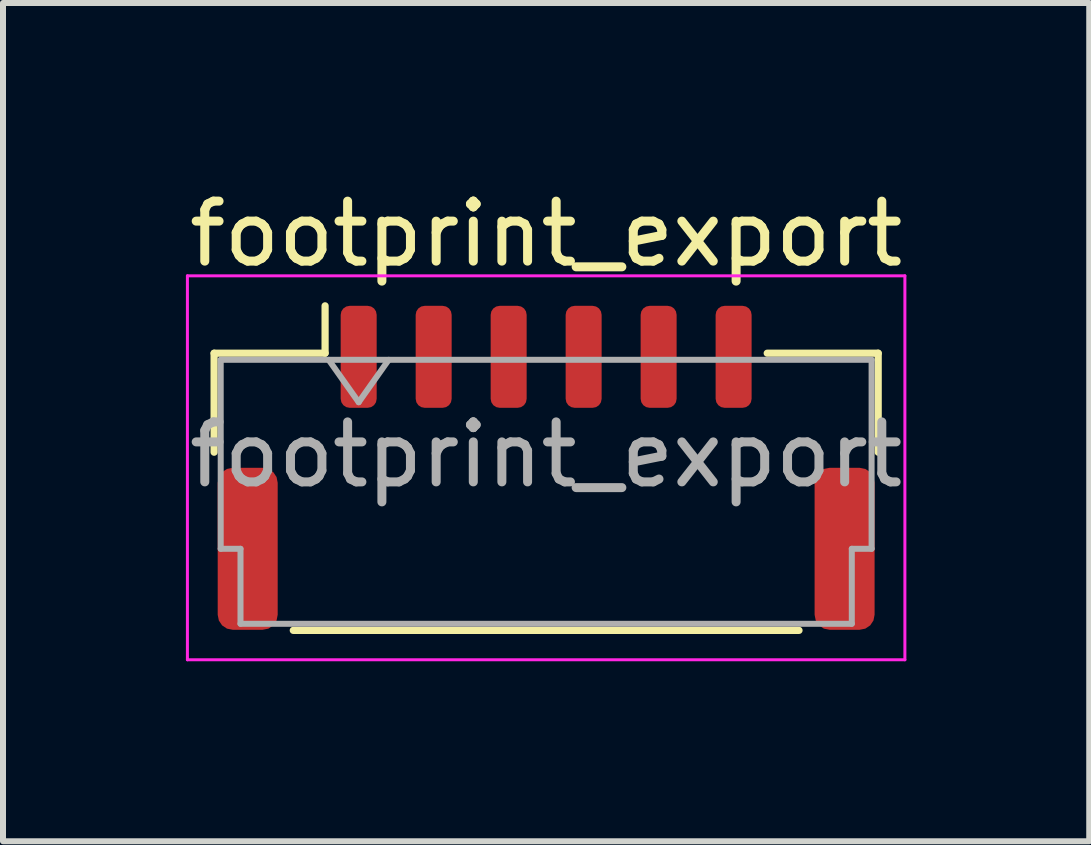
<source format=kicad_pcb>
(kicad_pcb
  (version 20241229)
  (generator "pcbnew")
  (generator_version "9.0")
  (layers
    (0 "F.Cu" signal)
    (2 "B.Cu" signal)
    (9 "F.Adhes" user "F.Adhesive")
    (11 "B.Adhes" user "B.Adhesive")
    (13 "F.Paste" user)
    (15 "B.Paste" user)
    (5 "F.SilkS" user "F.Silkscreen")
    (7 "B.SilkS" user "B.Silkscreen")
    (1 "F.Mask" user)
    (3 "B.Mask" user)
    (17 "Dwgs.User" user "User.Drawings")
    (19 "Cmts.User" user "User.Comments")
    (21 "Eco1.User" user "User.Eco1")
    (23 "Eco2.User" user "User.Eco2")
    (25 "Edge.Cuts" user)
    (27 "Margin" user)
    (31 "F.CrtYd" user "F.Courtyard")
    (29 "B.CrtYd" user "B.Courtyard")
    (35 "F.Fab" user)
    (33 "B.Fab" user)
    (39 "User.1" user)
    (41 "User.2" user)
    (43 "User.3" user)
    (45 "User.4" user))
  (footprint "footprint_export"
    (layer "F.Cu")
    (at 6.054 4.748)
    (property "Reference" "footprint_export" (at 0 -3.9 0) (layer "F.SilkS") (effects (font (size 1 1) (thickness 0.15))))
    (attr smd)
    (fp_line (start -5.535 -1.91) (end -3.685 -1.91) (stroke (width 0.12) (type solid)) (layer "F.SilkS"))
    (fp_line (start -5.535 -0.26) (end -5.535 -1.91) (stroke (width 0.12) (type solid)) (layer "F.SilkS"))
    (fp_line (start -4.215 2.71) (end 4.215 2.71) (stroke (width 0.12) (type solid)) (layer "F.SilkS"))
    (fp_line (start -3.685 -1.91) (end -3.685 -2.7) (stroke (width 0.12) (type solid)) (layer "F.SilkS"))
    (fp_line (start 5.535 -1.91) (end 3.685 -1.91) (stroke (width 0.12) (type solid)) (layer "F.SilkS"))
    (fp_line (start 5.535 -0.26) (end 5.535 -1.91) (stroke (width 0.12) (type solid)) (layer "F.SilkS"))
    (fp_line (start -5.98 -3.2) (end -5.98 3.2) (stroke (width 0.05) (type solid)) (layer "F.CrtYd"))
    (fp_line (start -5.98 3.2) (end 5.98 3.2) (stroke (width 0.05) (type solid)) (layer "F.CrtYd"))
    (fp_line (start 5.98 -3.2) (end -5.98 -3.2) (stroke (width 0.05) (type solid)) (layer "F.CrtYd"))
    (fp_line (start 5.98 3.2) (end 5.98 -3.2) (stroke (width 0.05) (type solid)) (layer "F.CrtYd"))
    (fp_line (start -5.425 -1.8) (end -5.425 1.35) (stroke (width 0.1) (type solid)) (layer "F.Fab"))
    (fp_line (start -5.425 -1.8) (end 5.425 -1.8) (stroke (width 0.1) (type solid)) (layer "F.Fab"))
    (fp_line (start -5.425 1.35) (end -5.095 1.35) (stroke (width 0.1) (type solid)) (layer "F.Fab"))
    (fp_line (start -5.095 1.35) (end -5.095 2.6) (stroke (width 0.1) (type solid)) (layer "F.Fab"))
    (fp_line (start -5.095 2.6) (end 5.095 2.6) (stroke (width 0.1) (type solid)) (layer "F.Fab"))
    (fp_line (start -3.625 -1.8) (end -3.125 -1.093) (stroke (width 0.1) (type solid)) (layer "F.Fab"))
    (fp_line (start -3.125 -1.093) (end -2.625 -1.8) (stroke (width 0.1) (type solid)) (layer "F.Fab"))
    (fp_line (start 5.095 1.35) (end 5.425 1.35) (stroke (width 0.1) (type solid)) (layer "F.Fab"))
    (fp_line (start 5.095 2.6) (end 5.095 1.35) (stroke (width 0.1) (type solid)) (layer "F.Fab"))
    (fp_line (start 5.425 -1.8) (end 5.425 1.35) (stroke (width 0.1) (type solid)) (layer "F.Fab"))
    (fp_text user "${REFERENCE}" (at 0 -0.22 0) (layer "F.Fab") (effects (font (size 1 1) (thickness 0.15))))
    (pad "1" smd roundrect (at -3.125 -1.85) (size 0.6 1.7) (layers "F.Cu" "F.Mask" "F.Paste") (roundrect_rratio 0.25))
    (pad "2" smd roundrect (at -1.875 -1.85) (size 0.6 1.7) (layers "F.Cu" "F.Mask" "F.Paste") (roundrect_rratio 0.25))
    (pad "3" smd roundrect (at -0.625 -1.85) (size 0.6 1.7) (layers "F.Cu" "F.Mask" "F.Paste") (roundrect_rratio 0.25))
    (pad "4" smd roundrect (at 0.625 -1.85) (size 0.6 1.7) (layers "F.Cu" "F.Mask" "F.Paste") (roundrect_rratio 0.25))
    (pad "5" smd roundrect (at 1.875 -1.85) (size 0.6 1.7) (layers "F.Cu" "F.Mask" "F.Paste") (roundrect_rratio 0.25))
    (pad "6" smd roundrect (at 3.125 -1.85) (size 0.6 1.7) (layers "F.Cu" "F.Mask" "F.Paste") (roundrect_rratio 0.25))
    (pad "MP" smd roundrect (at -4.975 1.35) (size 1 2.7) (layers "F.Cu" "F.Mask" "F.Paste") (roundrect_rratio 0.25))
    (pad "MP" smd roundrect (at 4.975 1.35) (size 1 2.7) (layers "F.Cu" "F.Mask" "F.Paste") (roundrect_rratio 0.25)))
  (gr_rect
    (start -3 -3)
    (end 15.107 10.973)
    (stroke (width 0.1) (type default))
    (fill no)
    (layer "Edge.Cuts")))
</source>
